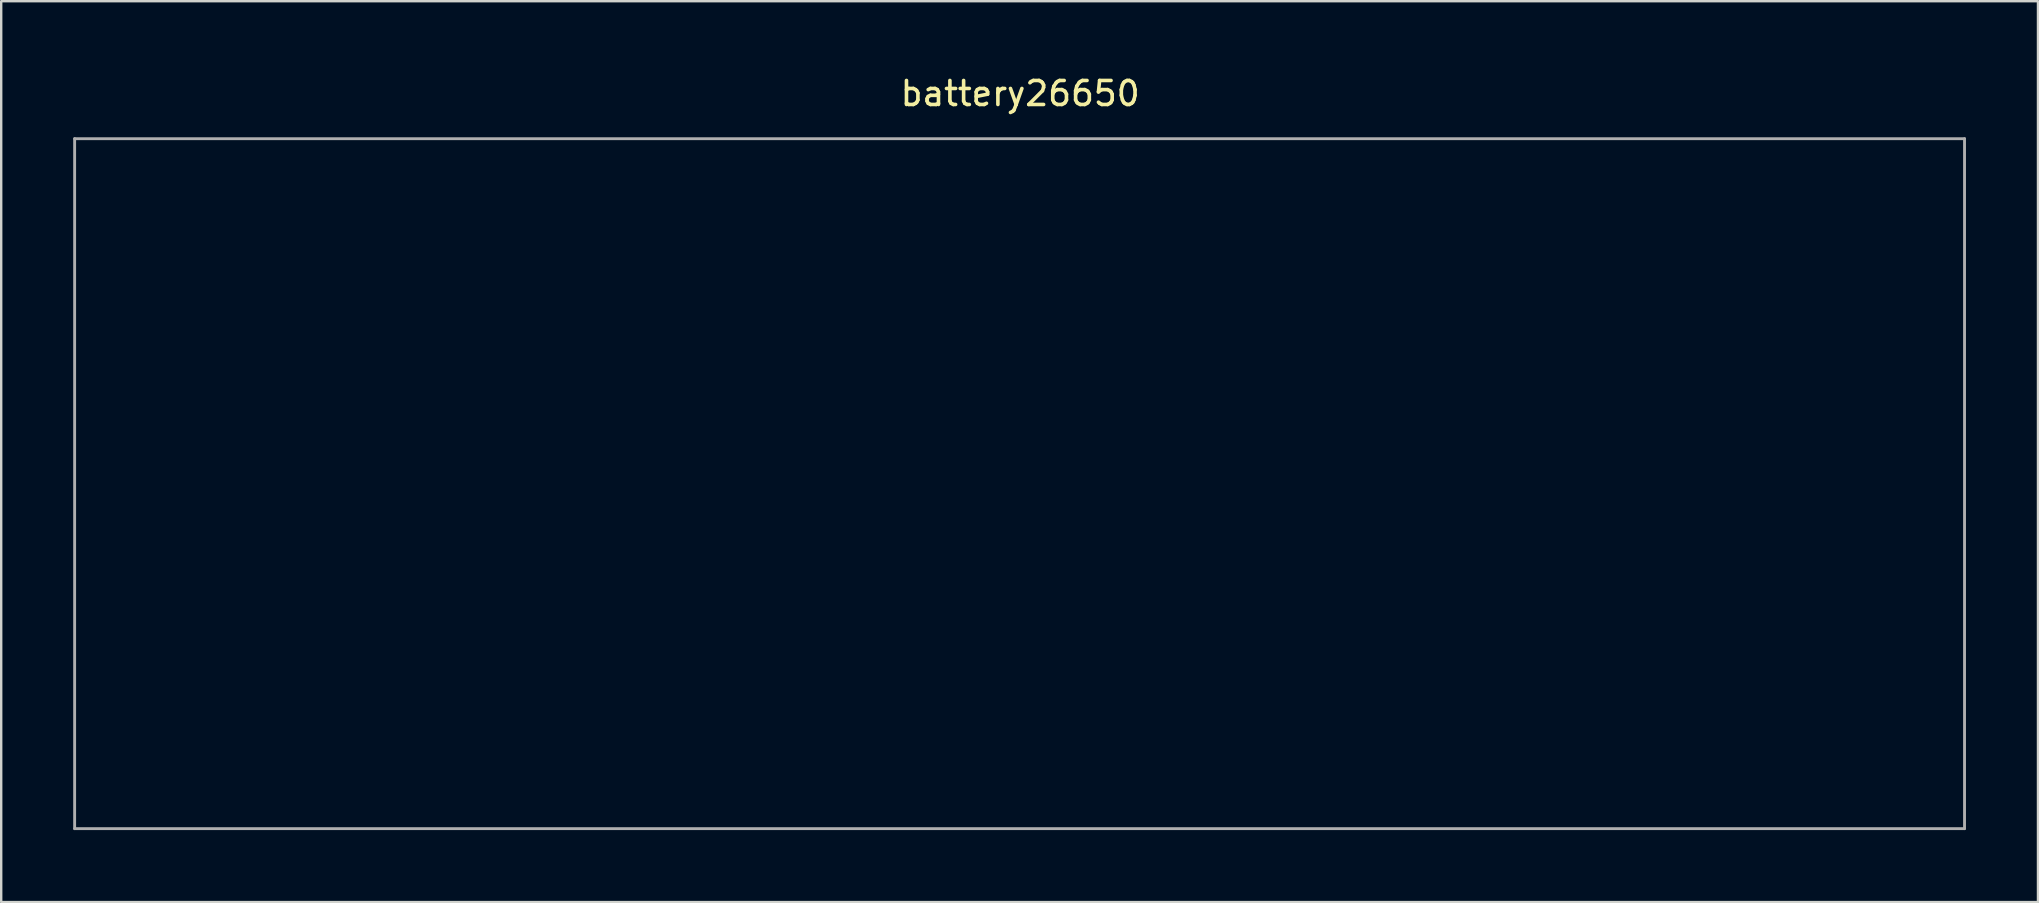
<source format=kicad_pcb>
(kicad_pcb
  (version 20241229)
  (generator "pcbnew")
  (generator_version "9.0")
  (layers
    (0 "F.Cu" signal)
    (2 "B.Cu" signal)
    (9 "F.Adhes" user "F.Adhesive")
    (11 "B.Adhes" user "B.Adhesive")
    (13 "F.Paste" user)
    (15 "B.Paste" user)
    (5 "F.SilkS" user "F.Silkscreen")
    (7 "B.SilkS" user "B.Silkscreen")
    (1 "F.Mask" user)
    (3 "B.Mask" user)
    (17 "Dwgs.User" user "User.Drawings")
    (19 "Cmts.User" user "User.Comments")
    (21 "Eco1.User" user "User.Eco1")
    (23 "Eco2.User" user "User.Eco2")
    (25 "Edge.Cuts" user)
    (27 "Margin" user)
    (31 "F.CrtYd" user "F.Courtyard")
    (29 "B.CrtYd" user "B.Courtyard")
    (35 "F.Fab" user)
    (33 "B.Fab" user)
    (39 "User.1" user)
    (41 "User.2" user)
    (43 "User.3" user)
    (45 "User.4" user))
  (footprint "battery26650"
    (layer "F.Cu")
    (at 39.435 17.104)
    (property "Reference" "battery26650" (at 0.025 -16.256 0) (layer "F.SilkS") (effects (font (size 1 1) (thickness 0.15))))
    (attr exclude_from_pos_files allow_missing_courtyard)
    (fp_line (start -39.375 -14.375) (end 39.375 -14.375) (stroke (width 0.12) (type solid)) (layer "F.Fab"))
    (fp_line (start -39.375 14.375) (end -39.375 -14.375) (stroke (width 0.12) (type solid)) (layer "F.Fab"))
    (fp_line (start -39.375 14.375) (end 39.375 14.375) (stroke (width 0.12) (type solid)) (layer "F.Fab"))
    (fp_line (start 39.375 14.375) (end 39.375 -14.375) (stroke (width 0.12) (type solid)) (layer "F.Fab")))
  (gr_rect
    (start -3 -3)
    (end 81.87 34.539)
    (stroke (width 0.1) (type default))
    (fill no)
    (layer "Edge.Cuts")))
</source>
